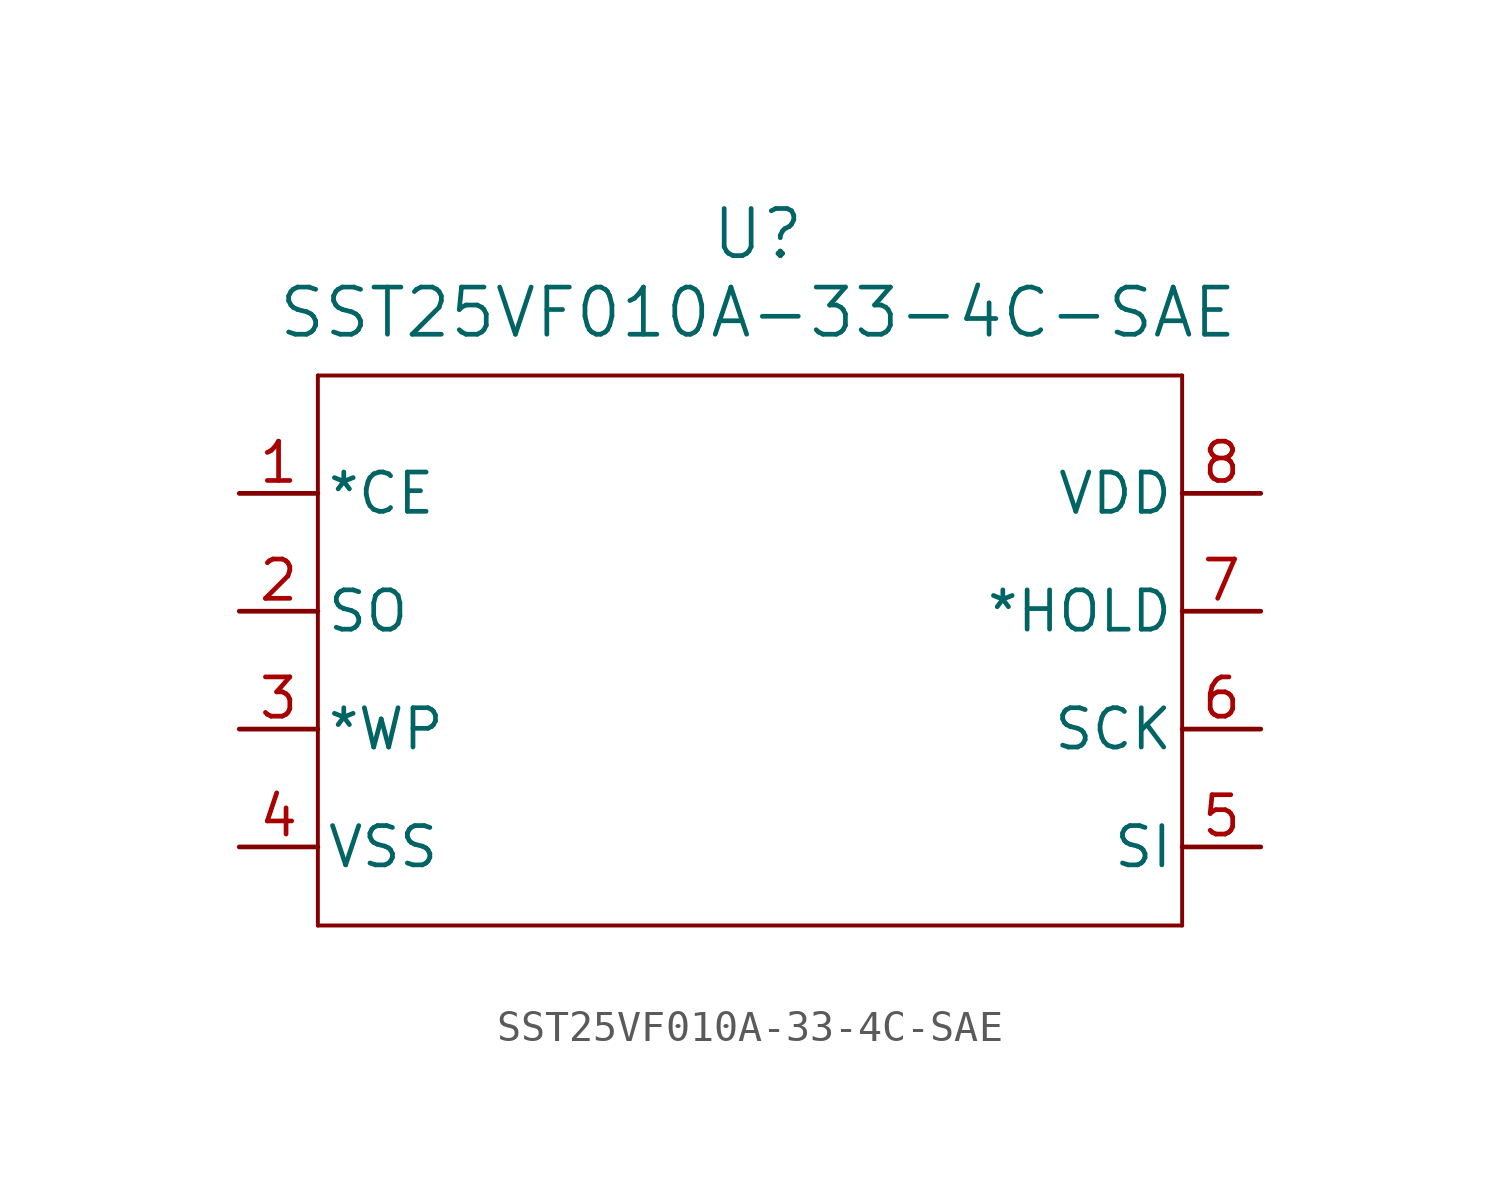
<source format=kicad_sym>
(kicad_symbol_lib
  (version 20241209)
  (generator "kicad_symbol_editor")
  (generator_version "9.0")
  (symbol "SST25VF010A-33-4C-SAE"
    (pin_names
      (offset 0.254))
    (property "Reference" "U"
      (at 39.624 9.652 0)
      (effects (font (size 1.524 1.524))))
    (property "Value" "SST25VF010A-33-4C-SAE"
      (at 39.624 7.112 0)
      (effects (font (size 1.524 1.524))))
    (property "ki_locked" ""
      (at 0 0 0)
      (effects (font (size 1.27 1.27))))
    (symbol "SST25VF010A-33-4C-SAE_0_1"
      (polyline (pts (xy 25.4 5.08) (xy 25.4 -12.7)) (stroke (width 0.127) (type default)) (fill (type none)))
      (polyline (pts (xy 25.4 -12.7) (xy 53.34 -12.7)) (stroke (width 0.127) (type default)) (fill (type none)))
      (polyline (pts (xy 53.34 5.08) (xy 25.4 5.08)) (stroke (width 0.127) (type default)) (fill (type none)))
      (polyline (pts (xy 53.34 -12.7) (xy 53.34 5.08)) (stroke (width 0.127) (type default)) (fill (type none)))
      (pin input line (at 22.86 1.27 0) (length 2.54) (name "*CE" (effects (font (size 1.27 1.27)))) (number "1" (effects (font (size 1.27 1.27)))))
      (pin output line (at 22.86 -2.54 0) (length 2.54) (name "SO" (effects (font (size 1.27 1.27)))) (number "2" (effects (font (size 1.27 1.27)))))
      (pin input line (at 22.86 -6.35 0) (length 2.54) (name "*WP" (effects (font (size 1.27 1.27)))) (number "3" (effects (font (size 1.27 1.27)))))
      (pin power_in line (at 22.86 -10.16 0) (length 2.54) (name "VSS" (effects (font (size 1.27 1.27)))) (number "4" (effects (font (size 1.27 1.27)))))
      (pin power_in line (at 55.88 1.27 180) (length 2.54) (name "VDD" (effects (font (size 1.27 1.27)))) (number "8" (effects (font (size 1.27 1.27)))))
      (pin input line (at 55.88 -2.54 180) (length 2.54) (name "*HOLD" (effects (font (size 1.27 1.27)))) (number "7" (effects (font (size 1.27 1.27)))))
      (pin input line (at 55.88 -6.35 180) (length 2.54) (name "SCK" (effects (font (size 1.27 1.27)))) (number "6" (effects (font (size 1.27 1.27)))))
      (pin input line (at 55.88 -10.16 180) (length 2.54) (name "SI" (effects (font (size 1.27 1.27)))) (number "5" (effects (font (size 1.27 1.27))))))))
</source>
